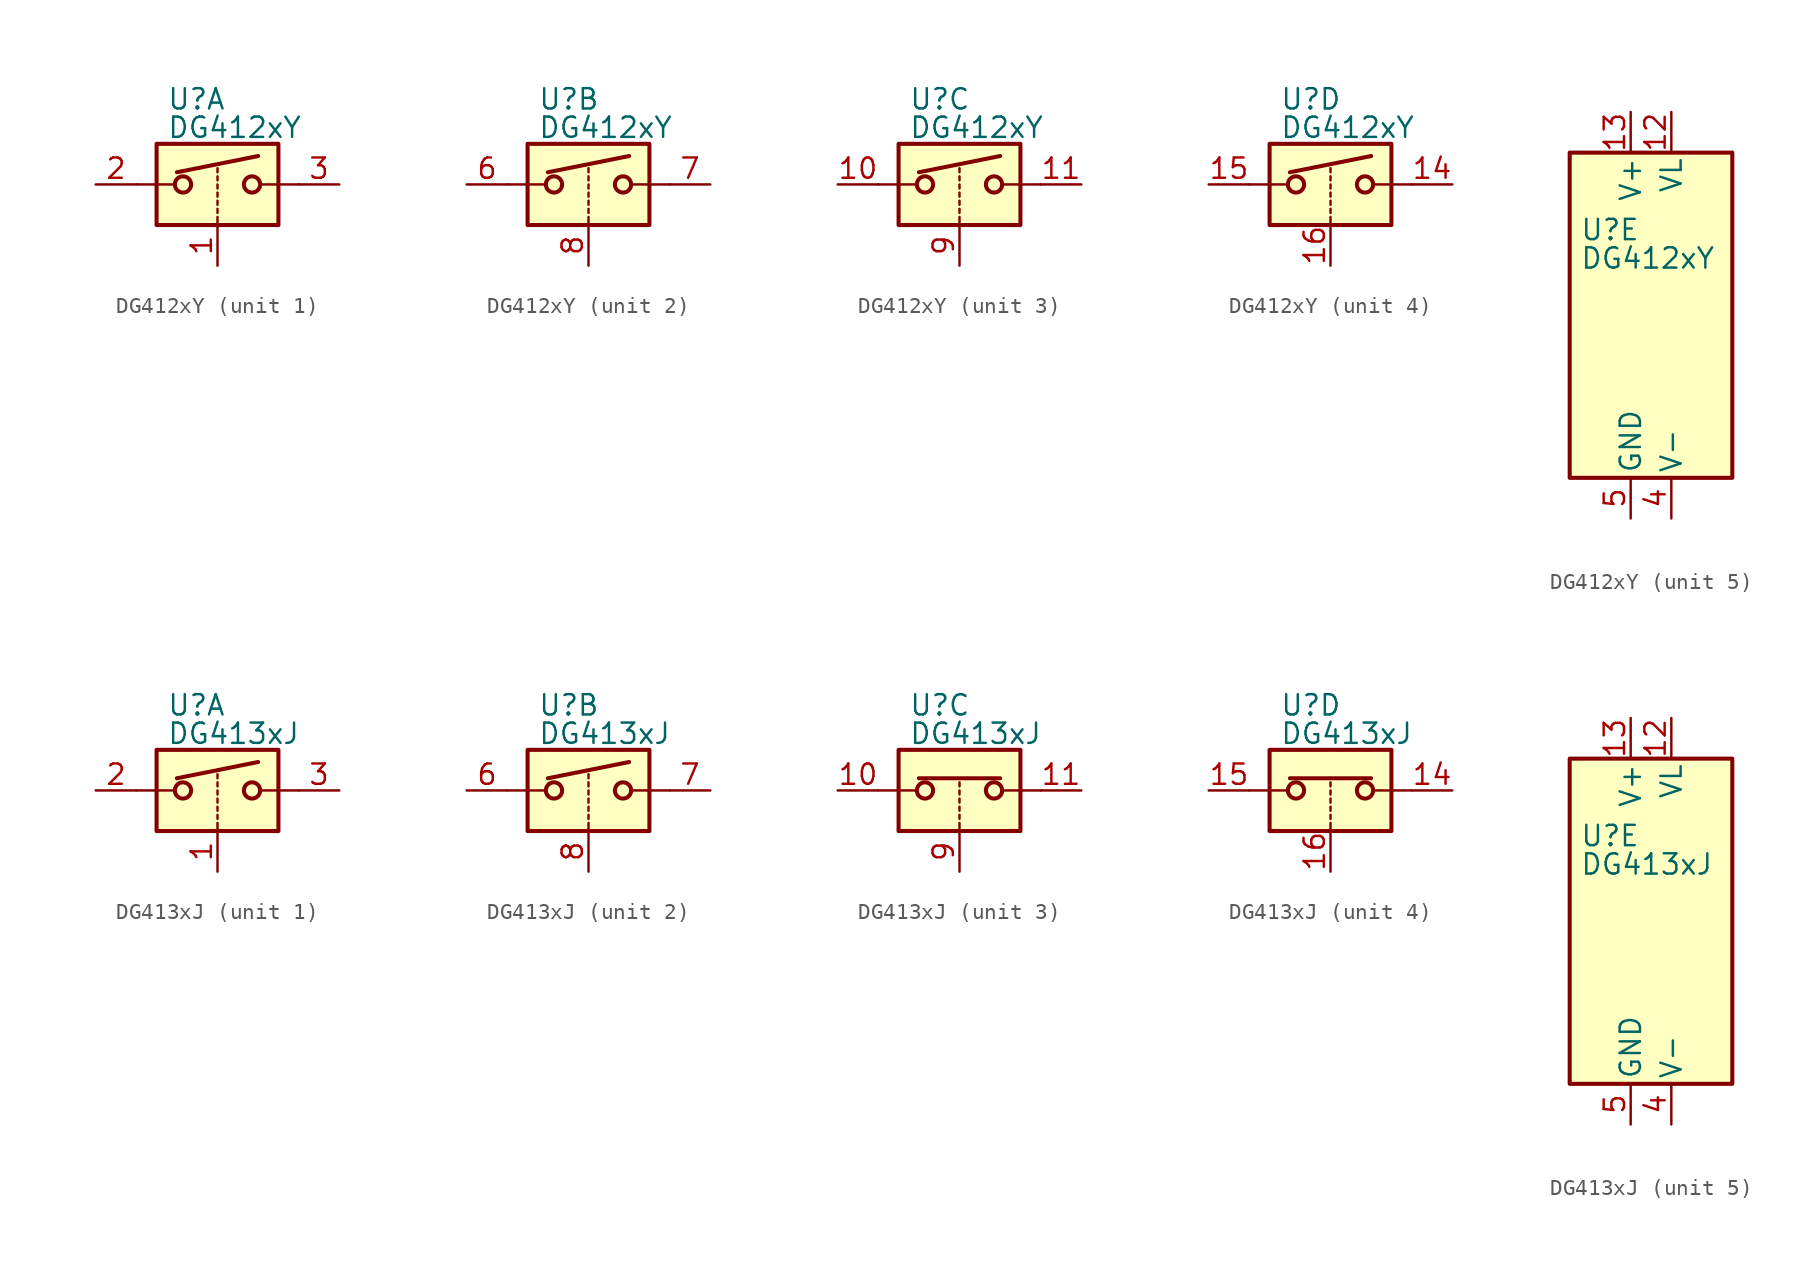
<source format=kicad_sym>
(kicad_symbol_lib
  (version 20241209)
  (generator "kicad_symbol_editor")
  (generator_version "9.0")
  (symbol "DG412xY"
    (pin_names
      (offset 0.254))
    (property "Reference" "U"
      (at -3.175 5.334 0)
      (effects (font (size 1.27 1.27)) (justify left)))
    (property "Value" "DG412xY"
      (at -3.175 3.556 0)
      (effects (font (size 1.27 1.27)) (justify left)))
    (symbol "DG412xY_1_1"
      (polyline (pts (xy -5.08 0) (xy -2.794 0)) (stroke (width 0) (type default)) (fill (type none)))
      (rectangle (start -3.81 2.54) (end 3.81 -2.54) (stroke (width 0.254) (type default)) (fill (type background)))
      (polyline (pts (xy -2.54 0.762) (xy 2.54 1.778)) (stroke (width 0.254) (type default)) (fill (type none)))
      (circle (center -2.159 0) (radius 0.508) (stroke (width 0.254) (type default)) (fill (type none)))
      (polyline (pts (xy 0 0.762) (xy 0 1.016)) (stroke (width 0) (type default)) (fill (type none)))
      (polyline (pts (xy 0 0.254) (xy 0 0.508)) (stroke (width 0) (type default)) (fill (type none)))
      (polyline (pts (xy 0 -0.254) (xy 0 0)) (stroke (width 0) (type default)) (fill (type none)))
      (polyline (pts (xy 0 -0.762) (xy 0 -0.508)) (stroke (width 0) (type default)) (fill (type none)))
      (polyline (pts (xy 0 -1.27) (xy 0 -1.016)) (stroke (width 0) (type default)) (fill (type none)))
      (polyline (pts (xy 0 -1.778) (xy 0 -1.524)) (stroke (width 0) (type default)) (fill (type none)))
      (polyline (pts (xy 0 -2.54) (xy 0 -2.032)) (stroke (width 0) (type default)) (fill (type none)))
      (circle (center 2.159 0) (radius 0.508) (stroke (width 0.254) (type default)) (fill (type none)))
      (polyline (pts (xy 5.08 0) (xy 2.794 0)) (stroke (width 0) (type default)) (fill (type none)))
      (pin passive line (at -7.62 0 0) (length 2.54) (name "~" (effects (font (size 1.27 1.27)))) (number "2" (effects (font (size 1.27 1.27)))))
      (pin input line (at 0 -5.08 90) (length 2.54) (name "~" (effects (font (size 1.27 1.27)))) (number "1" (effects (font (size 1.27 1.27)))))
      (pin passive line (at 7.62 0 180) (length 2.54) (name "~" (effects (font (size 1.27 1.27)))) (number "3" (effects (font (size 1.27 1.27))))))
    (symbol "DG412xY_2_1"
      (polyline (pts (xy -5.08 0) (xy -2.794 0)) (stroke (width 0) (type default)) (fill (type none)))
      (rectangle (start -3.81 2.54) (end 3.81 -2.54) (stroke (width 0.254) (type default)) (fill (type background)))
      (polyline (pts (xy -2.54 0.762) (xy 2.54 1.778)) (stroke (width 0.254) (type default)) (fill (type none)))
      (circle (center -2.159 0) (radius 0.508) (stroke (width 0.254) (type default)) (fill (type none)))
      (polyline (pts (xy 0 0.762) (xy 0 1.016)) (stroke (width 0) (type default)) (fill (type none)))
      (polyline (pts (xy 0 0.254) (xy 0 0.508)) (stroke (width 0) (type default)) (fill (type none)))
      (polyline (pts (xy 0 -0.254) (xy 0 0)) (stroke (width 0) (type default)) (fill (type none)))
      (polyline (pts (xy 0 -0.762) (xy 0 -0.508)) (stroke (width 0) (type default)) (fill (type none)))
      (polyline (pts (xy 0 -1.27) (xy 0 -1.016)) (stroke (width 0) (type default)) (fill (type none)))
      (polyline (pts (xy 0 -1.778) (xy 0 -1.524)) (stroke (width 0) (type default)) (fill (type none)))
      (polyline (pts (xy 0 -2.54) (xy 0 -2.032)) (stroke (width 0) (type default)) (fill (type none)))
      (circle (center 2.159 0) (radius 0.508) (stroke (width 0.254) (type default)) (fill (type none)))
      (polyline (pts (xy 5.08 0) (xy 2.794 0)) (stroke (width 0) (type default)) (fill (type none)))
      (pin passive line (at -7.62 0 0) (length 2.54) (name "~" (effects (font (size 1.27 1.27)))) (number "6" (effects (font (size 1.27 1.27)))))
      (pin input line (at 0 -5.08 90) (length 2.54) (name "~" (effects (font (size 1.27 1.27)))) (number "8" (effects (font (size 1.27 1.27)))))
      (pin passive line (at 7.62 0 180) (length 2.54) (name "~" (effects (font (size 1.27 1.27)))) (number "7" (effects (font (size 1.27 1.27))))))
    (symbol "DG412xY_3_1"
      (polyline (pts (xy -5.08 0) (xy -2.794 0)) (stroke (width 0) (type default)) (fill (type none)))
      (rectangle (start -3.81 2.54) (end 3.81 -2.54) (stroke (width 0.254) (type default)) (fill (type background)))
      (polyline (pts (xy -2.54 0.762) (xy 2.54 1.778)) (stroke (width 0.254) (type default)) (fill (type none)))
      (circle (center -2.159 0) (radius 0.508) (stroke (width 0.254) (type default)) (fill (type none)))
      (polyline (pts (xy 0 0.762) (xy 0 1.016)) (stroke (width 0) (type default)) (fill (type none)))
      (polyline (pts (xy 0 0.254) (xy 0 0.508)) (stroke (width 0) (type default)) (fill (type none)))
      (polyline (pts (xy 0 -0.254) (xy 0 0)) (stroke (width 0) (type default)) (fill (type none)))
      (polyline (pts (xy 0 -0.762) (xy 0 -0.508)) (stroke (width 0) (type default)) (fill (type none)))
      (polyline (pts (xy 0 -1.27) (xy 0 -1.016)) (stroke (width 0) (type default)) (fill (type none)))
      (polyline (pts (xy 0 -1.778) (xy 0 -1.524)) (stroke (width 0) (type default)) (fill (type none)))
      (polyline (pts (xy 0 -2.54) (xy 0 -2.032)) (stroke (width 0) (type default)) (fill (type none)))
      (circle (center 2.159 0) (radius 0.508) (stroke (width 0.254) (type default)) (fill (type none)))
      (polyline (pts (xy 5.08 0) (xy 2.794 0)) (stroke (width 0) (type default)) (fill (type none)))
      (pin passive line (at -7.62 0 0) (length 2.54) (name "~" (effects (font (size 1.27 1.27)))) (number "10" (effects (font (size 1.27 1.27)))))
      (pin input line (at 0 -5.08 90) (length 2.54) (name "~" (effects (font (size 1.27 1.27)))) (number "9" (effects (font (size 1.27 1.27)))))
      (pin passive line (at 7.62 0 180) (length 2.54) (name "~" (effects (font (size 1.27 1.27)))) (number "11" (effects (font (size 1.27 1.27))))))
    (symbol "DG412xY_4_1"
      (polyline (pts (xy -5.08 0) (xy -2.794 0)) (stroke (width 0) (type default)) (fill (type none)))
      (rectangle (start -3.81 2.54) (end 3.81 -2.54) (stroke (width 0.254) (type default)) (fill (type background)))
      (polyline (pts (xy -2.54 0.762) (xy 2.54 1.778)) (stroke (width 0.254) (type default)) (fill (type none)))
      (circle (center -2.159 0) (radius 0.508) (stroke (width 0.254) (type default)) (fill (type none)))
      (polyline (pts (xy 0 0.762) (xy 0 1.016)) (stroke (width 0) (type default)) (fill (type none)))
      (polyline (pts (xy 0 0.254) (xy 0 0.508)) (stroke (width 0) (type default)) (fill (type none)))
      (polyline (pts (xy 0 -0.254) (xy 0 0)) (stroke (width 0) (type default)) (fill (type none)))
      (polyline (pts (xy 0 -0.762) (xy 0 -0.508)) (stroke (width 0) (type default)) (fill (type none)))
      (polyline (pts (xy 0 -1.27) (xy 0 -1.016)) (stroke (width 0) (type default)) (fill (type none)))
      (polyline (pts (xy 0 -1.778) (xy 0 -1.524)) (stroke (width 0) (type default)) (fill (type none)))
      (polyline (pts (xy 0 -2.54) (xy 0 -2.032)) (stroke (width 0) (type default)) (fill (type none)))
      (circle (center 2.159 0) (radius 0.508) (stroke (width 0.254) (type default)) (fill (type none)))
      (polyline (pts (xy 5.08 0) (xy 2.794 0)) (stroke (width 0) (type default)) (fill (type none)))
      (pin passive line (at -7.62 0 0) (length 2.54) (name "~" (effects (font (size 1.27 1.27)))) (number "15" (effects (font (size 1.27 1.27)))))
      (pin input line (at 0 -5.08 90) (length 2.54) (name "~" (effects (font (size 1.27 1.27)))) (number "16" (effects (font (size 1.27 1.27)))))
      (pin passive line (at 7.62 0 180) (length 2.54) (name "~" (effects (font (size 1.27 1.27)))) (number "14" (effects (font (size 1.27 1.27))))))
    (symbol "DG412xY_5_0"
      (pin power_in line (at 0 12.7 270) (length 2.54) (name "V+" (effects (font (size 1.27 1.27)))) (number "13" (effects (font (size 1.27 1.27)))))
      (pin power_in line (at 0 -12.7 90) (length 2.54) (name "GND" (effects (font (size 1.27 1.27)))) (number "5" (effects (font (size 1.27 1.27)))))
      (pin power_in line (at 2.54 12.7 270) (length 2.54) (name "VL" (effects (font (size 1.27 1.27)))) (number "12" (effects (font (size 1.27 1.27)))))
      (pin power_in line (at 2.54 -12.7 90) (length 2.54) (name "V-" (effects (font (size 1.27 1.27)))) (number "4" (effects (font (size 1.27 1.27))))))
    (symbol "DG412xY_5_1"
      (rectangle (start -3.81 10.16) (end 6.35 -10.16) (stroke (width 0.254) (type default)) (fill (type background)))))
  (symbol "DG413xJ"
    (pin_names
      (offset 0.254))
    (property "Reference" "U"
      (at -3.175 5.334 0)
      (effects (font (size 1.27 1.27)) (justify left)))
    (property "Value" "DG413xJ"
      (at -3.175 3.556 0)
      (effects (font (size 1.27 1.27)) (justify left)))
    (symbol "DG413xJ_1_1"
      (polyline (pts (xy -5.08 0) (xy -2.794 0)) (stroke (width 0) (type default)) (fill (type none)))
      (rectangle (start -3.81 2.54) (end 3.81 -2.54) (stroke (width 0.254) (type default)) (fill (type background)))
      (polyline (pts (xy -2.54 0.762) (xy 2.54 1.778)) (stroke (width 0.254) (type default)) (fill (type none)))
      (circle (center -2.159 0) (radius 0.508) (stroke (width 0.254) (type default)) (fill (type none)))
      (polyline (pts (xy 0 0.762) (xy 0 1.016)) (stroke (width 0) (type default)) (fill (type none)))
      (polyline (pts (xy 0 0.254) (xy 0 0.508)) (stroke (width 0) (type default)) (fill (type none)))
      (polyline (pts (xy 0 -0.254) (xy 0 0)) (stroke (width 0) (type default)) (fill (type none)))
      (polyline (pts (xy 0 -0.762) (xy 0 -0.508)) (stroke (width 0) (type default)) (fill (type none)))
      (polyline (pts (xy 0 -1.27) (xy 0 -1.016)) (stroke (width 0) (type default)) (fill (type none)))
      (polyline (pts (xy 0 -1.778) (xy 0 -1.524)) (stroke (width 0) (type default)) (fill (type none)))
      (polyline (pts (xy 0 -2.54) (xy 0 -2.032)) (stroke (width 0) (type default)) (fill (type none)))
      (circle (center 2.159 0) (radius 0.508) (stroke (width 0.254) (type default)) (fill (type none)))
      (polyline (pts (xy 5.08 0) (xy 2.794 0)) (stroke (width 0) (type default)) (fill (type none)))
      (pin passive line (at -7.62 0 0) (length 2.54) (name "~" (effects (font (size 1.27 1.27)))) (number "2" (effects (font (size 1.27 1.27)))))
      (pin input line (at 0 -5.08 90) (length 2.54) (name "~" (effects (font (size 1.27 1.27)))) (number "1" (effects (font (size 1.27 1.27)))))
      (pin passive line (at 7.62 0 180) (length 2.54) (name "~" (effects (font (size 1.27 1.27)))) (number "3" (effects (font (size 1.27 1.27))))))
    (symbol "DG413xJ_2_1"
      (polyline (pts (xy -5.08 0) (xy -2.794 0)) (stroke (width 0) (type default)) (fill (type none)))
      (rectangle (start -3.81 2.54) (end 3.81 -2.54) (stroke (width 0.254) (type default)) (fill (type background)))
      (polyline (pts (xy -2.54 0.762) (xy 2.54 1.778)) (stroke (width 0.254) (type default)) (fill (type none)))
      (circle (center -2.159 0) (radius 0.508) (stroke (width 0.254) (type default)) (fill (type none)))
      (polyline (pts (xy 0 0.762) (xy 0 1.016)) (stroke (width 0) (type default)) (fill (type none)))
      (polyline (pts (xy 0 0.254) (xy 0 0.508)) (stroke (width 0) (type default)) (fill (type none)))
      (polyline (pts (xy 0 -0.254) (xy 0 0)) (stroke (width 0) (type default)) (fill (type none)))
      (polyline (pts (xy 0 -0.762) (xy 0 -0.508)) (stroke (width 0) (type default)) (fill (type none)))
      (polyline (pts (xy 0 -1.27) (xy 0 -1.016)) (stroke (width 0) (type default)) (fill (type none)))
      (polyline (pts (xy 0 -1.778) (xy 0 -1.524)) (stroke (width 0) (type default)) (fill (type none)))
      (polyline (pts (xy 0 -2.54) (xy 0 -2.032)) (stroke (width 0) (type default)) (fill (type none)))
      (circle (center 2.159 0) (radius 0.508) (stroke (width 0.254) (type default)) (fill (type none)))
      (polyline (pts (xy 5.08 0) (xy 2.794 0)) (stroke (width 0) (type default)) (fill (type none)))
      (pin passive line (at -7.62 0 0) (length 2.54) (name "~" (effects (font (size 1.27 1.27)))) (number "6" (effects (font (size 1.27 1.27)))))
      (pin input line (at 0 -5.08 90) (length 2.54) (name "~" (effects (font (size 1.27 1.27)))) (number "8" (effects (font (size 1.27 1.27)))))
      (pin passive line (at 7.62 0 180) (length 2.54) (name "~" (effects (font (size 1.27 1.27)))) (number "7" (effects (font (size 1.27 1.27))))))
    (symbol "DG413xJ_3_1"
      (polyline (pts (xy -5.08 0) (xy -2.794 0)) (stroke (width 0) (type default)) (fill (type none)))
      (rectangle (start -3.81 2.54) (end 3.81 -2.54) (stroke (width 0.254) (type default)) (fill (type background)))
      (polyline (pts (xy -2.54 0.762) (xy 2.54 0.762)) (stroke (width 0.254) (type default)) (fill (type none)))
      (circle (center -2.159 0) (radius 0.508) (stroke (width 0.254) (type default)) (fill (type none)))
      (polyline (pts (xy 0 0.254) (xy 0 0.508)) (stroke (width 0) (type default)) (fill (type none)))
      (polyline (pts (xy 0 -0.254) (xy 0 0)) (stroke (width 0) (type default)) (fill (type none)))
      (polyline (pts (xy 0 -0.762) (xy 0 -0.508)) (stroke (width 0) (type default)) (fill (type none)))
      (polyline (pts (xy 0 -1.27) (xy 0 -1.016)) (stroke (width 0) (type default)) (fill (type none)))
      (polyline (pts (xy 0 -1.778) (xy 0 -1.524)) (stroke (width 0) (type default)) (fill (type none)))
      (polyline (pts (xy 0 -2.54) (xy 0 -2.032)) (stroke (width 0) (type default)) (fill (type none)))
      (circle (center 2.159 0) (radius 0.508) (stroke (width 0.254) (type default)) (fill (type none)))
      (polyline (pts (xy 5.08 0) (xy 2.794 0)) (stroke (width 0) (type default)) (fill (type none)))
      (pin passive line (at -7.62 0 0) (length 2.54) (name "~" (effects (font (size 1.27 1.27)))) (number "10" (effects (font (size 1.27 1.27)))))
      (pin input line (at 0 -5.08 90) (length 2.54) (name "~" (effects (font (size 1.27 1.27)))) (number "9" (effects (font (size 1.27 1.27)))))
      (pin passive line (at 7.62 0 180) (length 2.54) (name "~" (effects (font (size 1.27 1.27)))) (number "11" (effects (font (size 1.27 1.27))))))
    (symbol "DG413xJ_4_1"
      (polyline (pts (xy -5.08 0) (xy -2.794 0)) (stroke (width 0) (type default)) (fill (type none)))
      (rectangle (start -3.81 2.54) (end 3.81 -2.54) (stroke (width 0.254) (type default)) (fill (type background)))
      (polyline (pts (xy -2.54 0.762) (xy 2.54 0.762)) (stroke (width 0.254) (type default)) (fill (type none)))
      (circle (center -2.159 0) (radius 0.508) (stroke (width 0.254) (type default)) (fill (type none)))
      (polyline (pts (xy 0 0.254) (xy 0 0.508)) (stroke (width 0) (type default)) (fill (type none)))
      (polyline (pts (xy 0 -0.254) (xy 0 0)) (stroke (width 0) (type default)) (fill (type none)))
      (polyline (pts (xy 0 -0.762) (xy 0 -0.508)) (stroke (width 0) (type default)) (fill (type none)))
      (polyline (pts (xy 0 -1.27) (xy 0 -1.016)) (stroke (width 0) (type default)) (fill (type none)))
      (polyline (pts (xy 0 -1.778) (xy 0 -1.524)) (stroke (width 0) (type default)) (fill (type none)))
      (polyline (pts (xy 0 -2.54) (xy 0 -2.032)) (stroke (width 0) (type default)) (fill (type none)))
      (circle (center 2.159 0) (radius 0.508) (stroke (width 0.254) (type default)) (fill (type none)))
      (polyline (pts (xy 5.08 0) (xy 2.794 0)) (stroke (width 0) (type default)) (fill (type none)))
      (pin passive line (at -7.62 0 0) (length 2.54) (name "~" (effects (font (size 1.27 1.27)))) (number "15" (effects (font (size 1.27 1.27)))))
      (pin input line (at 0 -5.08 90) (length 2.54) (name "~" (effects (font (size 1.27 1.27)))) (number "16" (effects (font (size 1.27 1.27)))))
      (pin passive line (at 7.62 0 180) (length 2.54) (name "~" (effects (font (size 1.27 1.27)))) (number "14" (effects (font (size 1.27 1.27))))))
    (symbol "DG413xJ_5_0"
      (pin power_in line (at 0 12.7 270) (length 2.54) (name "V+" (effects (font (size 1.27 1.27)))) (number "13" (effects (font (size 1.27 1.27)))))
      (pin power_in line (at 0 -12.7 90) (length 2.54) (name "GND" (effects (font (size 1.27 1.27)))) (number "5" (effects (font (size 1.27 1.27)))))
      (pin power_in line (at 2.54 12.7 270) (length 2.54) (name "VL" (effects (font (size 1.27 1.27)))) (number "12" (effects (font (size 1.27 1.27)))))
      (pin power_in line (at 2.54 -12.7 90) (length 2.54) (name "V-" (effects (font (size 1.27 1.27)))) (number "4" (effects (font (size 1.27 1.27))))))
    (symbol "DG413xJ_5_1"
      (rectangle (start -3.81 10.16) (end 6.35 -10.16) (stroke (width 0.254) (type default)) (fill (type background))))))
</source>
